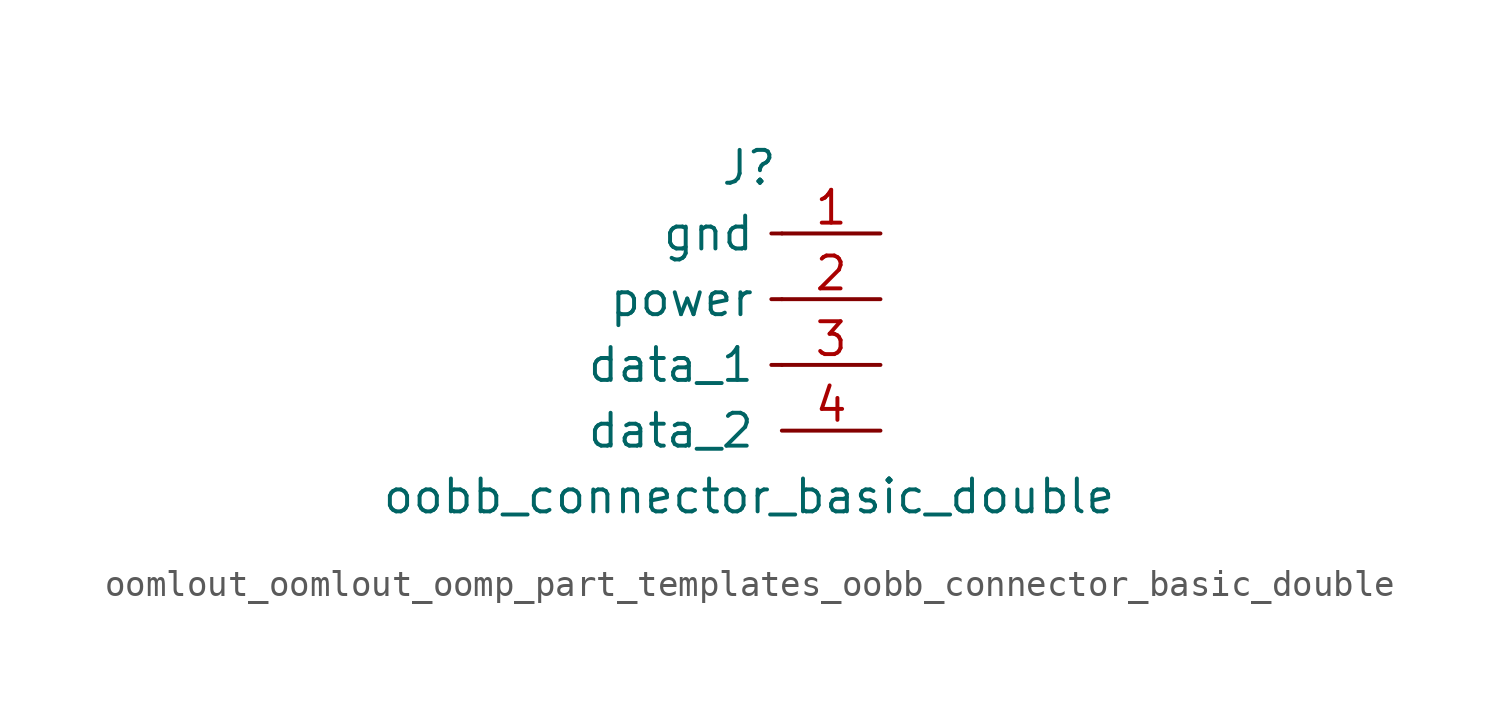
<source format=kicad_sym>
(kicad_symbol_lib
  (version 20220914)
  (generator kicad_symbol_editor)
  (symbol "oomlout_oomlout_oomp_part_templates_oobb_connector_basic_double"
    (pin_names
      (offset 1.016))
    (property "Reference" "J"
      (at 0 5.08 0)
      (effects (font (size 1.27 1.27))))
    (property "Value" "oobb_connector_basic_double"
      (at 0 -7.62 0)
      (effects (font (size 1.27 1.27))))
    (symbol "oomlout_oomlout_oomp_part_templates_oobb_connector_basic_double_1_1"
      (polyline (pts (xy 1.27 -2.54) (xy 0.864 -2.54)) (stroke (width 0.152) (type default)) (fill (type none)))
      (polyline (pts (xy 1.27 0) (xy 0.864 0)) (stroke (width 0.152) (type default)) (fill (type none)))
      (polyline (pts (xy 1.27 2.54) (xy 0.864 2.54)) (stroke (width 0.152) (type default)) (fill (type none)))
      (pin passive line (at 5.08 2.54 180) (length 3.81) (name "gnd" (effects (font (size 1.27 1.27)))) (number "1" (effects (font (size 1.27 1.27)))))
      (pin passive line (at 5.08 0 180) (length 3.81) (name "power" (effects (font (size 1.27 1.27)))) (number "2" (effects (font (size 1.27 1.27)))))
      (pin passive line (at 5.08 -2.54 180) (length 3.81) (name "data_1" (effects (font (size 1.27 1.27)))) (number "3" (effects (font (size 1.27 1.27)))))
      (pin passive line (at 5.08 -5.08 180) (length 3.81) (name "data_2" (effects (font (size 1.27 1.27)))) (number "4" (effects (font (size 1.27 1.27))))))))
</source>
